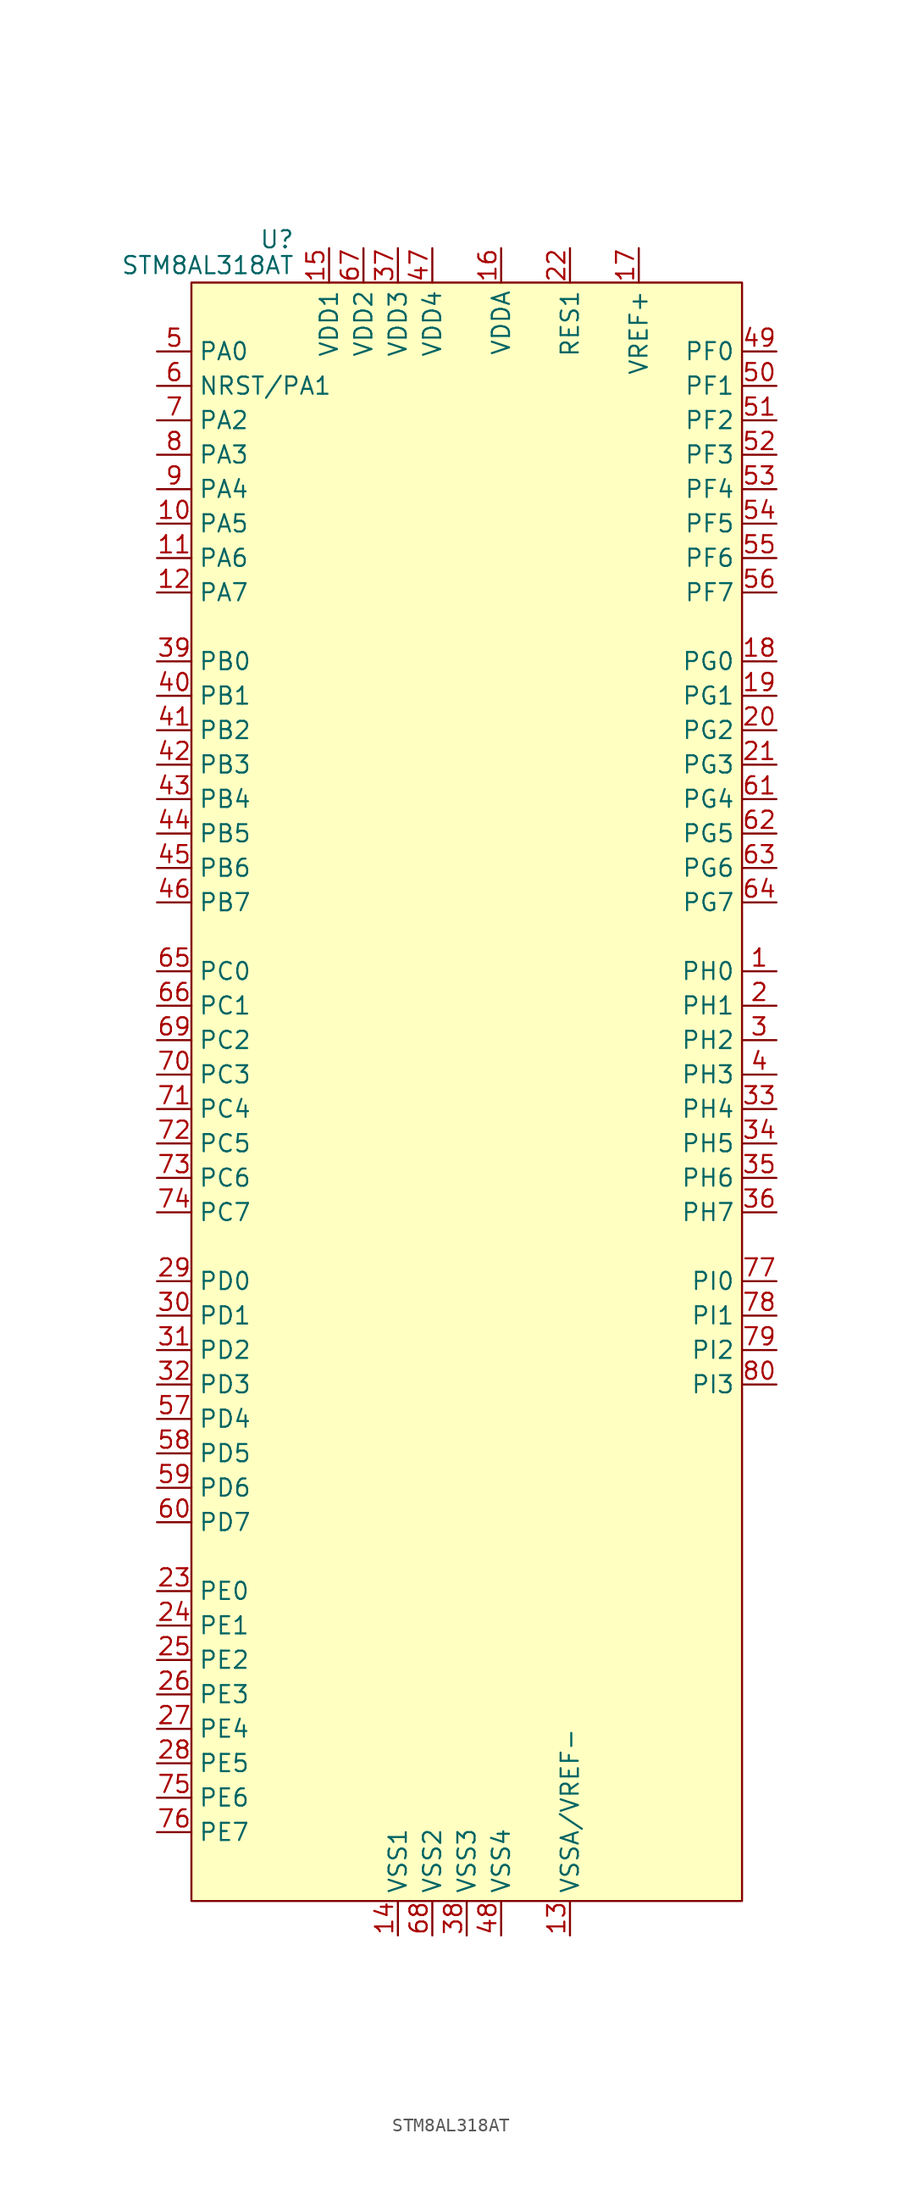
<source format=kicad_sym>
(kicad_symbol_lib
  (version 20241209)
  (generator "kicad_symbol_editor")
  (generator_version "9.0")
  (symbol "STM8AL318AT"
    (property "Reference" "U"
      (at -12.7 61.595 0)
      (effects (font (size 1.27 1.27)) (justify right)))
    (property "Value" "STM8AL318AT"
      (at -12.7 59.69 0)
      (effects (font (size 1.27 1.27)) (justify right)))
    (symbol "STM8AL318AT_0_0"
      (pin bidirectional line (at -22.86 53.34 0) (length 2.54) (name "PA0" (effects (font (size 1.27 1.27)))) (number "5" (effects (font (size 1.27 1.27)))))
      (pin bidirectional line (at -22.86 50.8 0) (length 2.54) (name "NRST/PA1" (effects (font (size 1.27 1.27)))) (number "6" (effects (font (size 1.27 1.27)))))
      (pin bidirectional line (at -22.86 48.26 0) (length 2.54) (name "PA2" (effects (font (size 1.27 1.27)))) (number "7" (effects (font (size 1.27 1.27)))))
      (pin bidirectional line (at -22.86 45.72 0) (length 2.54) (name "PA3" (effects (font (size 1.27 1.27)))) (number "8" (effects (font (size 1.27 1.27)))))
      (pin bidirectional line (at -22.86 43.18 0) (length 2.54) (name "PA4" (effects (font (size 1.27 1.27)))) (number "9" (effects (font (size 1.27 1.27)))))
      (pin bidirectional line (at -22.86 40.64 0) (length 2.54) (name "PA5" (effects (font (size 1.27 1.27)))) (number "10" (effects (font (size 1.27 1.27)))))
      (pin bidirectional line (at -22.86 38.1 0) (length 2.54) (name "PA6" (effects (font (size 1.27 1.27)))) (number "11" (effects (font (size 1.27 1.27)))))
      (pin bidirectional line (at -22.86 35.56 0) (length 2.54) (name "PA7" (effects (font (size 1.27 1.27)))) (number "12" (effects (font (size 1.27 1.27)))))
      (pin bidirectional line (at -22.86 30.48 0) (length 2.54) (name "PB0" (effects (font (size 1.27 1.27)))) (number "39" (effects (font (size 1.27 1.27)))))
      (pin bidirectional line (at -22.86 27.94 0) (length 2.54) (name "PB1" (effects (font (size 1.27 1.27)))) (number "40" (effects (font (size 1.27 1.27)))))
      (pin bidirectional line (at -22.86 25.4 0) (length 2.54) (name "PB2" (effects (font (size 1.27 1.27)))) (number "41" (effects (font (size 1.27 1.27)))))
      (pin bidirectional line (at -22.86 22.86 0) (length 2.54) (name "PB3" (effects (font (size 1.27 1.27)))) (number "42" (effects (font (size 1.27 1.27)))))
      (pin bidirectional line (at -22.86 20.32 0) (length 2.54) (name "PB4" (effects (font (size 1.27 1.27)))) (number "43" (effects (font (size 1.27 1.27)))))
      (pin bidirectional line (at -22.86 17.78 0) (length 2.54) (name "PB5" (effects (font (size 1.27 1.27)))) (number "44" (effects (font (size 1.27 1.27)))))
      (pin bidirectional line (at -22.86 15.24 0) (length 2.54) (name "PB6" (effects (font (size 1.27 1.27)))) (number "45" (effects (font (size 1.27 1.27)))))
      (pin bidirectional line (at -22.86 12.7 0) (length 2.54) (name "PB7" (effects (font (size 1.27 1.27)))) (number "46" (effects (font (size 1.27 1.27)))))
      (pin bidirectional line (at -22.86 7.62 0) (length 2.54) (name "PC0" (effects (font (size 1.27 1.27)))) (number "65" (effects (font (size 1.27 1.27)))))
      (pin bidirectional line (at -22.86 5.08 0) (length 2.54) (name "PC1" (effects (font (size 1.27 1.27)))) (number "66" (effects (font (size 1.27 1.27)))))
      (pin bidirectional line (at -22.86 2.54 0) (length 2.54) (name "PC2" (effects (font (size 1.27 1.27)))) (number "69" (effects (font (size 1.27 1.27)))))
      (pin bidirectional line (at -22.86 0 0) (length 2.54) (name "PC3" (effects (font (size 1.27 1.27)))) (number "70" (effects (font (size 1.27 1.27)))))
      (pin bidirectional line (at -22.86 -2.54 0) (length 2.54) (name "PC4" (effects (font (size 1.27 1.27)))) (number "71" (effects (font (size 1.27 1.27)))))
      (pin bidirectional line (at -22.86 -5.08 0) (length 2.54) (name "PC5" (effects (font (size 1.27 1.27)))) (number "72" (effects (font (size 1.27 1.27)))))
      (pin bidirectional line (at -22.86 -7.62 0) (length 2.54) (name "PC6" (effects (font (size 1.27 1.27)))) (number "73" (effects (font (size 1.27 1.27)))))
      (pin bidirectional line (at -22.86 -10.16 0) (length 2.54) (name "PC7" (effects (font (size 1.27 1.27)))) (number "74" (effects (font (size 1.27 1.27)))))
      (pin bidirectional line (at -22.86 -15.24 0) (length 2.54) (name "PD0" (effects (font (size 1.27 1.27)))) (number "29" (effects (font (size 1.27 1.27)))))
      (pin bidirectional line (at -22.86 -17.78 0) (length 2.54) (name "PD1" (effects (font (size 1.27 1.27)))) (number "30" (effects (font (size 1.27 1.27)))))
      (pin bidirectional line (at -22.86 -20.32 0) (length 2.54) (name "PD2" (effects (font (size 1.27 1.27)))) (number "31" (effects (font (size 1.27 1.27)))))
      (pin bidirectional line (at -22.86 -22.86 0) (length 2.54) (name "PD3" (effects (font (size 1.27 1.27)))) (number "32" (effects (font (size 1.27 1.27)))))
      (pin bidirectional line (at -22.86 -25.4 0) (length 2.54) (name "PD4" (effects (font (size 1.27 1.27)))) (number "57" (effects (font (size 1.27 1.27)))))
      (pin bidirectional line (at -22.86 -27.94 0) (length 2.54) (name "PD5" (effects (font (size 1.27 1.27)))) (number "58" (effects (font (size 1.27 1.27)))))
      (pin bidirectional line (at -22.86 -30.48 0) (length 2.54) (name "PD6" (effects (font (size 1.27 1.27)))) (number "59" (effects (font (size 1.27 1.27)))))
      (pin bidirectional line (at -22.86 -33.02 0) (length 2.54) (name "PD7" (effects (font (size 1.27 1.27)))) (number "60" (effects (font (size 1.27 1.27)))))
      (pin bidirectional line (at -22.86 -38.1 0) (length 2.54) (name "PE0" (effects (font (size 1.27 1.27)))) (number "23" (effects (font (size 1.27 1.27)))))
      (pin bidirectional line (at -22.86 -40.64 0) (length 2.54) (name "PE1" (effects (font (size 1.27 1.27)))) (number "24" (effects (font (size 1.27 1.27)))))
      (pin bidirectional line (at -22.86 -43.18 0) (length 2.54) (name "PE2" (effects (font (size 1.27 1.27)))) (number "25" (effects (font (size 1.27 1.27)))))
      (pin bidirectional line (at -22.86 -45.72 0) (length 2.54) (name "PE3" (effects (font (size 1.27 1.27)))) (number "26" (effects (font (size 1.27 1.27)))))
      (pin bidirectional line (at -22.86 -48.26 0) (length 2.54) (name "PE4" (effects (font (size 1.27 1.27)))) (number "27" (effects (font (size 1.27 1.27)))))
      (pin bidirectional line (at -22.86 -50.8 0) (length 2.54) (name "PE5" (effects (font (size 1.27 1.27)))) (number "28" (effects (font (size 1.27 1.27)))))
      (pin bidirectional line (at -22.86 -53.34 0) (length 2.54) (name "PE6" (effects (font (size 1.27 1.27)))) (number "75" (effects (font (size 1.27 1.27)))))
      (pin bidirectional line (at -22.86 -55.88 0) (length 2.54) (name "PE7" (effects (font (size 1.27 1.27)))) (number "76" (effects (font (size 1.27 1.27)))))
      (pin power_in line (at -10.16 60.96 270) (length 2.54) (name "VDD1" (effects (font (size 1.27 1.27)))) (number "15" (effects (font (size 1.27 1.27)))))
      (pin power_in line (at -7.62 60.96 270) (length 2.54) (name "VDD2" (effects (font (size 1.27 1.27)))) (number "67" (effects (font (size 1.27 1.27)))))
      (pin power_in line (at -5.08 60.96 270) (length 2.54) (name "VDD3" (effects (font (size 1.27 1.27)))) (number "37" (effects (font (size 1.27 1.27)))))
      (pin power_in line (at -5.08 -63.5 90) (length 2.54) (name "VSS1" (effects (font (size 1.27 1.27)))) (number "14" (effects (font (size 1.27 1.27)))))
      (pin power_in line (at -2.54 60.96 270) (length 2.54) (name "VDD4" (effects (font (size 1.27 1.27)))) (number "47" (effects (font (size 1.27 1.27)))))
      (pin power_in line (at -2.54 -63.5 90) (length 2.54) (name "VSS2" (effects (font (size 1.27 1.27)))) (number "68" (effects (font (size 1.27 1.27)))))
      (pin power_in line (at 0 -63.5 90) (length 2.54) (name "VSS3" (effects (font (size 1.27 1.27)))) (number "38" (effects (font (size 1.27 1.27)))))
      (pin power_in line (at 2.54 60.96 270) (length 2.54) (name "VDDA" (effects (font (size 1.27 1.27)))) (number "16" (effects (font (size 1.27 1.27)))))
      (pin power_in line (at 2.54 -63.5 90) (length 2.54) (name "VSS4" (effects (font (size 1.27 1.27)))) (number "48" (effects (font (size 1.27 1.27)))))
      (pin power_in line (at 7.62 60.96 270) (length 2.54) (name "RES1" (effects (font (size 1.27 1.27)))) (number "22" (effects (font (size 1.27 1.27)))))
      (pin power_in line (at 7.62 -63.5 90) (length 2.54) (name "VSSA/VREF-" (effects (font (size 1.27 1.27)))) (number "13" (effects (font (size 1.27 1.27)))))
      (pin power_in line (at 12.7 60.96 270) (length 2.54) (name "VREF+" (effects (font (size 1.27 1.27)))) (number "17" (effects (font (size 1.27 1.27)))))
      (pin bidirectional line (at 22.86 53.34 180) (length 2.54) (name "PF0" (effects (font (size 1.27 1.27)))) (number "49" (effects (font (size 1.27 1.27)))))
      (pin bidirectional line (at 22.86 50.8 180) (length 2.54) (name "PF1" (effects (font (size 1.27 1.27)))) (number "50" (effects (font (size 1.27 1.27)))))
      (pin bidirectional line (at 22.86 48.26 180) (length 2.54) (name "PF2" (effects (font (size 1.27 1.27)))) (number "51" (effects (font (size 1.27 1.27)))))
      (pin bidirectional line (at 22.86 45.72 180) (length 2.54) (name "PF3" (effects (font (size 1.27 1.27)))) (number "52" (effects (font (size 1.27 1.27)))))
      (pin bidirectional line (at 22.86 43.18 180) (length 2.54) (name "PF4" (effects (font (size 1.27 1.27)))) (number "53" (effects (font (size 1.27 1.27)))))
      (pin bidirectional line (at 22.86 40.64 180) (length 2.54) (name "PF5" (effects (font (size 1.27 1.27)))) (number "54" (effects (font (size 1.27 1.27)))))
      (pin bidirectional line (at 22.86 38.1 180) (length 2.54) (name "PF6" (effects (font (size 1.27 1.27)))) (number "55" (effects (font (size 1.27 1.27)))))
      (pin bidirectional line (at 22.86 35.56 180) (length 2.54) (name "PF7" (effects (font (size 1.27 1.27)))) (number "56" (effects (font (size 1.27 1.27)))))
      (pin bidirectional line (at 22.86 30.48 180) (length 2.54) (name "PG0" (effects (font (size 1.27 1.27)))) (number "18" (effects (font (size 1.27 1.27)))))
      (pin bidirectional line (at 22.86 27.94 180) (length 2.54) (name "PG1" (effects (font (size 1.27 1.27)))) (number "19" (effects (font (size 1.27 1.27)))))
      (pin bidirectional line (at 22.86 25.4 180) (length 2.54) (name "PG2" (effects (font (size 1.27 1.27)))) (number "20" (effects (font (size 1.27 1.27)))))
      (pin bidirectional line (at 22.86 22.86 180) (length 2.54) (name "PG3" (effects (font (size 1.27 1.27)))) (number "21" (effects (font (size 1.27 1.27)))))
      (pin bidirectional line (at 22.86 20.32 180) (length 2.54) (name "PG4" (effects (font (size 1.27 1.27)))) (number "61" (effects (font (size 1.27 1.27)))))
      (pin bidirectional line (at 22.86 17.78 180) (length 2.54) (name "PG5" (effects (font (size 1.27 1.27)))) (number "62" (effects (font (size 1.27 1.27)))))
      (pin bidirectional line (at 22.86 15.24 180) (length 2.54) (name "PG6" (effects (font (size 1.27 1.27)))) (number "63" (effects (font (size 1.27 1.27)))))
      (pin bidirectional line (at 22.86 12.7 180) (length 2.54) (name "PG7" (effects (font (size 1.27 1.27)))) (number "64" (effects (font (size 1.27 1.27)))))
      (pin bidirectional line (at 22.86 7.62 180) (length 2.54) (name "PH0" (effects (font (size 1.27 1.27)))) (number "1" (effects (font (size 1.27 1.27)))))
      (pin bidirectional line (at 22.86 5.08 180) (length 2.54) (name "PH1" (effects (font (size 1.27 1.27)))) (number "2" (effects (font (size 1.27 1.27)))))
      (pin bidirectional line (at 22.86 2.54 180) (length 2.54) (name "PH2" (effects (font (size 1.27 1.27)))) (number "3" (effects (font (size 1.27 1.27)))))
      (pin bidirectional line (at 22.86 0 180) (length 2.54) (name "PH3" (effects (font (size 1.27 1.27)))) (number "4" (effects (font (size 1.27 1.27)))))
      (pin bidirectional line (at 22.86 -2.54 180) (length 2.54) (name "PH4" (effects (font (size 1.27 1.27)))) (number "33" (effects (font (size 1.27 1.27)))))
      (pin bidirectional line (at 22.86 -5.08 180) (length 2.54) (name "PH5" (effects (font (size 1.27 1.27)))) (number "34" (effects (font (size 1.27 1.27)))))
      (pin bidirectional line (at 22.86 -7.62 180) (length 2.54) (name "PH6" (effects (font (size 1.27 1.27)))) (number "35" (effects (font (size 1.27 1.27)))))
      (pin bidirectional line (at 22.86 -10.16 180) (length 2.54) (name "PH7" (effects (font (size 1.27 1.27)))) (number "36" (effects (font (size 1.27 1.27)))))
      (pin bidirectional line (at 22.86 -15.24 180) (length 2.54) (name "PI0" (effects (font (size 1.27 1.27)))) (number "77" (effects (font (size 1.27 1.27)))))
      (pin bidirectional line (at 22.86 -17.78 180) (length 2.54) (name "PI1" (effects (font (size 1.27 1.27)))) (number "78" (effects (font (size 1.27 1.27)))))
      (pin bidirectional line (at 22.86 -20.32 180) (length 2.54) (name "PI2" (effects (font (size 1.27 1.27)))) (number "79" (effects (font (size 1.27 1.27)))))
      (pin bidirectional line (at 22.86 -22.86 180) (length 2.54) (name "PI3" (effects (font (size 1.27 1.27)))) (number "80" (effects (font (size 1.27 1.27))))))
    (symbol "STM8AL318AT_0_1"
      (rectangle (start -20.32 58.42) (end 20.32 -60.96) (stroke (width 0) (type default)) (fill (type background))))))
</source>
